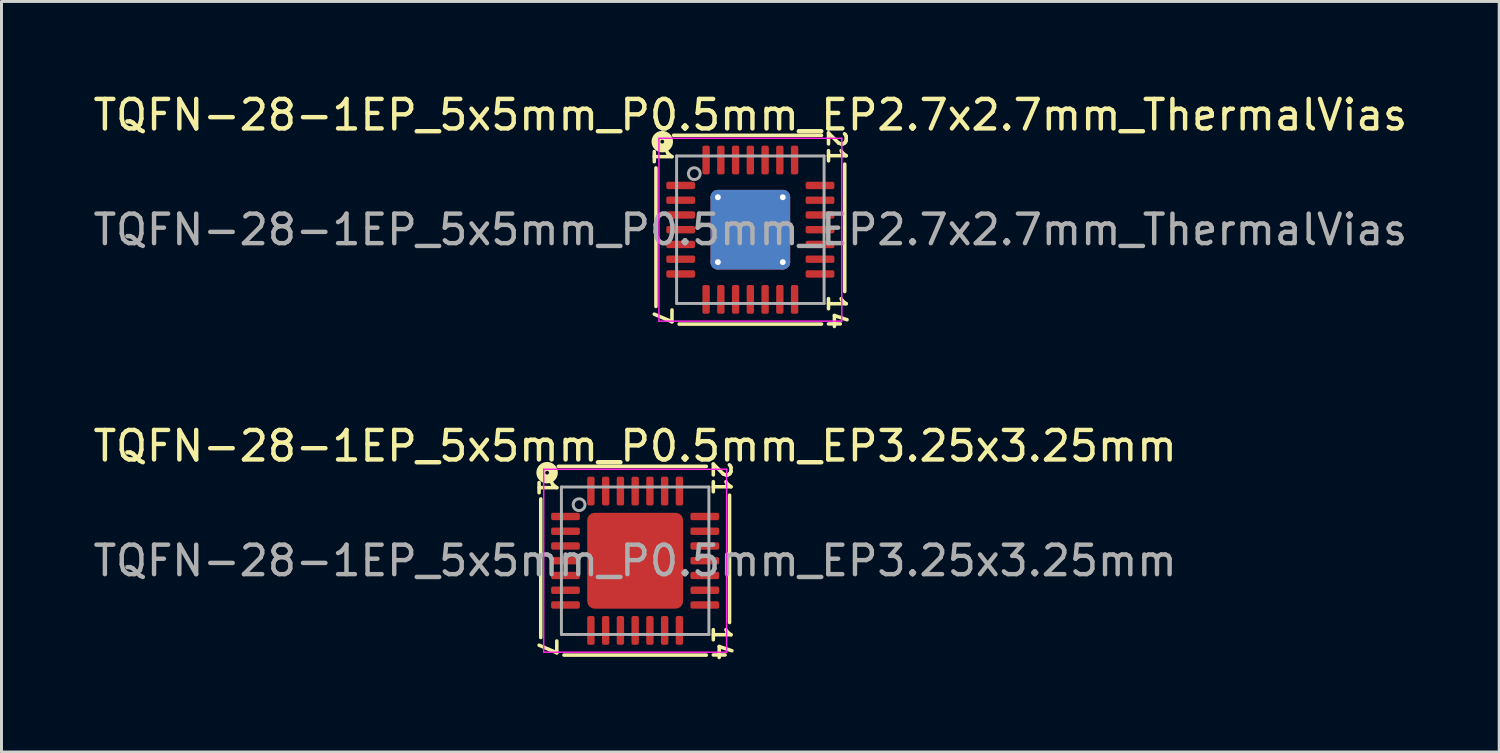
<source format=kicad_pcb>
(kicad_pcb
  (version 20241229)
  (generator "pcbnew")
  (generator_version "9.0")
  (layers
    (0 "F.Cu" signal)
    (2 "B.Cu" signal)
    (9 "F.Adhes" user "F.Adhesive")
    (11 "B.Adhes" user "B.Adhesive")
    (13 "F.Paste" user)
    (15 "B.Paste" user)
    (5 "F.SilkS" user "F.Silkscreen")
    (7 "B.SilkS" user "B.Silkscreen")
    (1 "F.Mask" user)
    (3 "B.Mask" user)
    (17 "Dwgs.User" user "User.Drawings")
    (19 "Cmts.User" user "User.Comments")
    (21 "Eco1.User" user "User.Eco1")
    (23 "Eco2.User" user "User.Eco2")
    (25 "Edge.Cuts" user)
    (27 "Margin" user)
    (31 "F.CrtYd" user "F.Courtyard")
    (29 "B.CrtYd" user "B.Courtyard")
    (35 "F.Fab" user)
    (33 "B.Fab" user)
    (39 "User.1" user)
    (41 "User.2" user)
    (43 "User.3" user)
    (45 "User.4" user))
  (footprint "TQFN-28-1EP_5x5mm_P0.5mm_EP3.25x3.25mm"
    (layer "F.Cu")
    (at 18.482 15.959)
    (property "Reference" "TQFN-28-1EP_5x5mm_P0.5mm_EP3.25x3.25mm" (at 0 -3.889 0) (layer "F.SilkS") (effects (font (size 1 1) (thickness 0.15))))
    (attr smd)
    (fp_line (start -3.2 -2.095) (end -3.2 2.603) (stroke (width 0.12) (type solid)) (layer "F.SilkS"))
    (fp_line (start -2.413 3.2) (end 2.413 3.2) (stroke (width 0.12) (type solid)) (layer "F.SilkS"))
    (fp_line (start 2.413 -3.2) (end -2.603 -3.2) (stroke (width 0.12) (type solid)) (layer "F.SilkS"))
    (fp_line (start 3.2 2.095) (end 3.2 -2.223) (stroke (width 0.12) (type solid)) (layer "F.SilkS"))
    (fp_circle (center -2.985 -2.985) (end -2.921 -2.985) (stroke (width 0.3) (type solid)) (fill no) (layer "F.SilkS"))
    (fp_line (start -3.1 -3.1) (end -3.1 3.1) (stroke (width 0.05) (type solid)) (layer "F.CrtYd"))
    (fp_line (start -3.1 3.1) (end 3.1 3.1) (stroke (width 0.05) (type solid)) (layer "F.CrtYd"))
    (fp_line (start 3.1 -3.1) (end -3.1 -3.1) (stroke (width 0.05) (type solid)) (layer "F.CrtYd"))
    (fp_line (start 3.1 3.1) (end 3.1 -3.1) (stroke (width 0.05) (type solid)) (layer "F.CrtYd"))
    (fp_line (start -2.5 -2.5) (end 2.5 -2.5) (stroke (width 0.1) (type solid)) (layer "F.Fab"))
    (fp_line (start -2.5 2.5) (end -2.5 -2.5) (stroke (width 0.1) (type solid)) (layer "F.Fab"))
    (fp_line (start 2.5 -2.5) (end 2.5 2.5) (stroke (width 0.1) (type solid)) (layer "F.Fab"))
    (fp_line (start 2.5 2.5) (end -2.5 2.5) (stroke (width 0.1) (type solid)) (layer "F.Fab"))
    (fp_circle (center -1.9 -1.9) (end -1.7 -1.9) (stroke (width 0.1) (type solid)) (fill no) (layer "F.Fab"))
    (fp_text user "7" (at -2.985 2.921 270) (unlocked yes) (layer "F.SilkS") (effects (font (size 0.6 0.6) (thickness 0.12))))
    (fp_text user "14" (at 2.921 2.794 270) (unlocked yes) (layer "F.SilkS") (effects (font (size 0.6 0.6) (thickness 0.12))))
    (fp_text user "21" (at 2.921 -2.794 270) (unlocked yes) (layer "F.SilkS") (effects (font (size 0.6 0.6) (thickness 0.12))))
    (fp_text user "1" (at -2.985 -2.477 270) (unlocked yes) (layer "F.SilkS") (effects (font (size 0.6 0.6) (thickness 0.12))))
    (fp_text user "${REFERENCE}" (at 0 0 0) (layer "F.Fab") (effects (font (size 1 1) (thickness 0.15))))
    (pad "" smd roundrect (at -0.81 -0.81) (size 1.31 1.31) (layers "F.Paste") (roundrect_rratio 0.191))
    (pad "" smd roundrect (at -0.81 0.81) (size 1.31 1.31) (layers "F.Paste") (roundrect_rratio 0.191))
    (pad "" smd roundrect (at 0.81 -0.81) (size 1.31 1.31) (layers "F.Paste") (roundrect_rratio 0.191))
    (pad "" smd roundrect (at 0.81 0.81) (size 1.31 1.31) (layers "F.Paste") (roundrect_rratio 0.191))
    (pad "1" smd roundrect (at -2.362 -1.5) (size 0.975 0.25) (layers "F.Cu" "F.Mask" "F.Paste") (roundrect_rratio 0.25))
    (pad "2" smd roundrect (at -2.362 -1) (size 0.975 0.25) (layers "F.Cu" "F.Mask" "F.Paste") (roundrect_rratio 0.25))
    (pad "3" smd roundrect (at -2.362 -0.5) (size 0.975 0.25) (layers "F.Cu" "F.Mask" "F.Paste") (roundrect_rratio 0.25))
    (pad "4" smd roundrect (at -2.362 0) (size 0.975 0.25) (layers "F.Cu" "F.Mask" "F.Paste") (roundrect_rratio 0.25))
    (pad "5" smd roundrect (at -2.362 0.5) (size 0.975 0.25) (layers "F.Cu" "F.Mask" "F.Paste") (roundrect_rratio 0.25))
    (pad "6" smd roundrect (at -2.362 1) (size 0.975 0.25) (layers "F.Cu" "F.Mask" "F.Paste") (roundrect_rratio 0.25))
    (pad "7" smd roundrect (at -2.362 1.5) (size 0.975 0.25) (layers "F.Cu" "F.Mask" "F.Paste") (roundrect_rratio 0.25))
    (pad "8" smd roundrect (at -1.5 2.362) (size 0.25 0.975) (layers "F.Cu" "F.Mask" "F.Paste") (roundrect_rratio 0.25))
    (pad "9" smd roundrect (at -1 2.362) (size 0.25 0.975) (layers "F.Cu" "F.Mask" "F.Paste") (roundrect_rratio 0.25))
    (pad "10" smd roundrect (at -0.5 2.362) (size 0.25 0.975) (layers "F.Cu" "F.Mask" "F.Paste") (roundrect_rratio 0.25))
    (pad "11" smd roundrect (at 0 2.362) (size 0.25 0.975) (layers "F.Cu" "F.Mask" "F.Paste") (roundrect_rratio 0.25))
    (pad "12" smd roundrect (at 0.5 2.362) (size 0.25 0.975) (layers "F.Cu" "F.Mask" "F.Paste") (roundrect_rratio 0.25))
    (pad "13" smd roundrect (at 1 2.362) (size 0.25 0.975) (layers "F.Cu" "F.Mask" "F.Paste") (roundrect_rratio 0.25))
    (pad "14" smd roundrect (at 1.5 2.362) (size 0.25 0.975) (layers "F.Cu" "F.Mask" "F.Paste") (roundrect_rratio 0.25))
    (pad "15" smd roundrect (at 2.362 1.5) (size 0.975 0.25) (layers "F.Cu" "F.Mask" "F.Paste") (roundrect_rratio 0.25))
    (pad "16" smd roundrect (at 2.362 1) (size 0.975 0.25) (layers "F.Cu" "F.Mask" "F.Paste") (roundrect_rratio 0.25))
    (pad "17" smd roundrect (at 2.362 0.5) (size 0.975 0.25) (layers "F.Cu" "F.Mask" "F.Paste") (roundrect_rratio 0.25))
    (pad "18" smd roundrect (at 2.362 0) (size 0.975 0.25) (layers "F.Cu" "F.Mask" "F.Paste") (roundrect_rratio 0.25))
    (pad "19" smd roundrect (at 2.362 -0.5) (size 0.975 0.25) (layers "F.Cu" "F.Mask" "F.Paste") (roundrect_rratio 0.25))
    (pad "20" smd roundrect (at 2.362 -1) (size 0.975 0.25) (layers "F.Cu" "F.Mask" "F.Paste") (roundrect_rratio 0.25))
    (pad "21" smd roundrect (at 2.362 -1.5) (size 0.975 0.25) (layers "F.Cu" "F.Mask" "F.Paste") (roundrect_rratio 0.25))
    (pad "22" smd roundrect (at 1.5 -2.362) (size 0.25 0.975) (layers "F.Cu" "F.Mask" "F.Paste") (roundrect_rratio 0.25))
    (pad "23" smd roundrect (at 1 -2.362) (size 0.25 0.975) (layers "F.Cu" "F.Mask" "F.Paste") (roundrect_rratio 0.25))
    (pad "24" smd roundrect (at 0.5 -2.362) (size 0.25 0.975) (layers "F.Cu" "F.Mask" "F.Paste") (roundrect_rratio 0.25))
    (pad "25" smd roundrect (at 0 -2.362) (size 0.25 0.975) (layers "F.Cu" "F.Mask" "F.Paste") (roundrect_rratio 0.25))
    (pad "26" smd roundrect (at -0.5 -2.362) (size 0.25 0.975) (layers "F.Cu" "F.Mask" "F.Paste") (roundrect_rratio 0.25))
    (pad "27" smd roundrect (at -1 -2.362) (size 0.25 0.975) (layers "F.Cu" "F.Mask" "F.Paste") (roundrect_rratio 0.25))
    (pad "28" smd roundrect (at -1.5 -2.362) (size 0.25 0.975) (layers "F.Cu" "F.Mask" "F.Paste") (roundrect_rratio 0.25))
    (pad "29" smd roundrect (at 0 0) (size 3.25 3.25) (layers "F.Cu" "F.Mask") (roundrect_rratio 0.077)))
  (footprint "TQFN-28-1EP_5x5mm_P0.5mm_EP2.7x2.7mm_ThermalVias"
    (layer "F.Cu")
    (at 22.387 4.737)
    (property "Reference" "TQFN-28-1EP_5x5mm_P0.5mm_EP2.7x2.7mm_ThermalVias" (at 0 -3.889 0) (layer "F.SilkS") (effects (font (size 1 1) (thickness 0.15))))
    (attr smd)
    (fp_line (start -3.2 -2.095) (end -3.2 2.603) (stroke (width 0.12) (type solid)) (layer "F.SilkS"))
    (fp_line (start -2.413 3.2) (end 2.413 3.2) (stroke (width 0.12) (type solid)) (layer "F.SilkS"))
    (fp_line (start 2.413 -3.2) (end -2.603 -3.2) (stroke (width 0.12) (type solid)) (layer "F.SilkS"))
    (fp_line (start 3.2 2.095) (end 3.2 -2.223) (stroke (width 0.12) (type solid)) (layer "F.SilkS"))
    (fp_circle (center -2.985 -2.985) (end -2.921 -2.985) (stroke (width 0.3) (type solid)) (fill no) (layer "F.SilkS"))
    (fp_line (start -3.1 -3.1) (end -3.1 3.1) (stroke (width 0.05) (type solid)) (layer "F.CrtYd"))
    (fp_line (start -3.1 3.1) (end 3.1 3.1) (stroke (width 0.05) (type solid)) (layer "F.CrtYd"))
    (fp_line (start 3.1 -3.1) (end -3.1 -3.1) (stroke (width 0.05) (type solid)) (layer "F.CrtYd"))
    (fp_line (start 3.1 3.1) (end 3.1 -3.1) (stroke (width 0.05) (type solid)) (layer "F.CrtYd"))
    (fp_line (start -2.5 -2.5) (end 2.5 -2.5) (stroke (width 0.1) (type solid)) (layer "F.Fab"))
    (fp_line (start -2.5 2.5) (end -2.5 -2.5) (stroke (width 0.1) (type solid)) (layer "F.Fab"))
    (fp_line (start 2.5 -2.5) (end 2.5 2.5) (stroke (width 0.1) (type solid)) (layer "F.Fab"))
    (fp_line (start 2.5 2.5) (end -2.5 2.5) (stroke (width 0.1) (type solid)) (layer "F.Fab"))
    (fp_circle (center -1.9 -1.9) (end -1.7 -1.9) (stroke (width 0.1) (type solid)) (fill no) (layer "F.Fab"))
    (fp_text user "14" (at 2.921 2.794 270) (unlocked yes) (layer "F.SilkS") (effects (font (size 0.6 0.6) (thickness 0.12))))
    (fp_text user "7" (at -2.985 2.921 270) (unlocked yes) (layer "F.SilkS") (effects (font (size 0.6 0.6) (thickness 0.12))))
    (fp_text user "1" (at -2.985 -2.477 270) (unlocked yes) (layer "F.SilkS") (effects (font (size 0.6 0.6) (thickness 0.12))))
    (fp_text user "21" (at 2.921 -2.794 270) (unlocked yes) (layer "F.SilkS") (effects (font (size 0.6 0.6) (thickness 0.12))))
    (fp_text user "${REFERENCE}" (at 0 0 0) (layer "F.Fab") (effects (font (size 1 1) (thickness 0.15))))
    (pad "" smd roundrect (at -0.675 -0.675) (size 1.17 1.17) (layers "F.Paste") (roundrect_rratio 0.214))
    (pad "" smd roundrect (at -0.675 0.675) (size 1.17 1.17) (layers "F.Paste") (roundrect_rratio 0.214))
    (pad "" smd roundrect (at 0.675 -0.675) (size 1.17 1.17) (layers "F.Paste") (roundrect_rratio 0.214))
    (pad "" smd roundrect (at 0.675 0.675) (size 1.17 1.17) (layers "F.Paste") (roundrect_rratio 0.214))
    (pad "1" smd roundrect (at -2.362 -1.5) (size 0.975 0.25) (layers "F.Cu" "F.Mask" "F.Paste") (roundrect_rratio 0.25))
    (pad "2" smd roundrect (at -2.362 -1) (size 0.975 0.25) (layers "F.Cu" "F.Mask" "F.Paste") (roundrect_rratio 0.25))
    (pad "3" smd roundrect (at -2.362 -0.5) (size 0.975 0.25) (layers "F.Cu" "F.Mask" "F.Paste") (roundrect_rratio 0.25))
    (pad "4" smd roundrect (at -2.362 0) (size 0.975 0.25) (layers "F.Cu" "F.Mask" "F.Paste") (roundrect_rratio 0.25))
    (pad "5" smd roundrect (at -2.362 0.5) (size 0.975 0.25) (layers "F.Cu" "F.Mask" "F.Paste") (roundrect_rratio 0.25))
    (pad "6" smd roundrect (at -2.362 1) (size 0.975 0.25) (layers "F.Cu" "F.Mask" "F.Paste") (roundrect_rratio 0.25))
    (pad "7" smd roundrect (at -2.362 1.5) (size 0.975 0.25) (layers "F.Cu" "F.Mask" "F.Paste") (roundrect_rratio 0.25))
    (pad "8" smd roundrect (at -1.5 2.362) (size 0.25 0.975) (layers "F.Cu" "F.Mask" "F.Paste") (roundrect_rratio 0.25))
    (pad "9" smd roundrect (at -1 2.362) (size 0.25 0.975) (layers "F.Cu" "F.Mask" "F.Paste") (roundrect_rratio 0.25))
    (pad "10" smd roundrect (at -0.5 2.362) (size 0.25 0.975) (layers "F.Cu" "F.Mask" "F.Paste") (roundrect_rratio 0.25))
    (pad "11" smd roundrect (at 0 2.362) (size 0.25 0.975) (layers "F.Cu" "F.Mask" "F.Paste") (roundrect_rratio 0.25))
    (pad "12" smd roundrect (at 0.5 2.362) (size 0.25 0.975) (layers "F.Cu" "F.Mask" "F.Paste") (roundrect_rratio 0.25))
    (pad "13" smd roundrect (at 1 2.362) (size 0.25 0.975) (layers "F.Cu" "F.Mask" "F.Paste") (roundrect_rratio 0.25))
    (pad "14" smd roundrect (at 1.5 2.362) (size 0.25 0.975) (layers "F.Cu" "F.Mask" "F.Paste") (roundrect_rratio 0.25))
    (pad "15" smd roundrect (at 2.362 1.5) (size 0.975 0.25) (layers "F.Cu" "F.Mask" "F.Paste") (roundrect_rratio 0.25))
    (pad "16" smd roundrect (at 2.362 1) (size 0.975 0.25) (layers "F.Cu" "F.Mask" "F.Paste") (roundrect_rratio 0.25))
    (pad "17" smd roundrect (at 2.362 0.5) (size 0.975 0.25) (layers "F.Cu" "F.Mask" "F.Paste") (roundrect_rratio 0.25))
    (pad "18" smd roundrect (at 2.362 0) (size 0.975 0.25) (layers "F.Cu" "F.Mask" "F.Paste") (roundrect_rratio 0.25))
    (pad "19" smd roundrect (at 2.362 -0.5) (size 0.975 0.25) (layers "F.Cu" "F.Mask" "F.Paste") (roundrect_rratio 0.25))
    (pad "20" smd roundrect (at 2.362 -1) (size 0.975 0.25) (layers "F.Cu" "F.Mask" "F.Paste") (roundrect_rratio 0.25))
    (pad "21" smd roundrect (at 2.362 -1.5) (size 0.975 0.25) (layers "F.Cu" "F.Mask" "F.Paste") (roundrect_rratio 0.25))
    (pad "22" smd roundrect (at 1.5 -2.362) (size 0.25 0.975) (layers "F.Cu" "F.Mask" "F.Paste") (roundrect_rratio 0.25))
    (pad "23" smd roundrect (at 1 -2.362) (size 0.25 0.975) (layers "F.Cu" "F.Mask" "F.Paste") (roundrect_rratio 0.25))
    (pad "24" smd roundrect (at 0.5 -2.362) (size 0.25 0.975) (layers "F.Cu" "F.Mask" "F.Paste") (roundrect_rratio 0.25))
    (pad "25" smd roundrect (at 0 -2.362) (size 0.25 0.975) (layers "F.Cu" "F.Mask" "F.Paste") (roundrect_rratio 0.25))
    (pad "26" smd roundrect (at -0.5 -2.362) (size 0.25 0.975) (layers "F.Cu" "F.Mask" "F.Paste") (roundrect_rratio 0.25))
    (pad "27" smd roundrect (at -1 -2.362) (size 0.25 0.975) (layers "F.Cu" "F.Mask" "F.Paste") (roundrect_rratio 0.25))
    (pad "28" smd roundrect (at -1.5 -2.362) (size 0.25 0.975) (layers "F.Cu" "F.Mask" "F.Paste") (roundrect_rratio 0.25))
    (pad "29" thru_hole circle (at -1.1 -1.1) (size 0.5 0.5) (drill 0.2) (property pad_prop_heatsink) (layers "*.Cu"))
    (pad "29" thru_hole circle (at -1.1 1.1) (size 0.5 0.5) (drill 0.2) (property pad_prop_heatsink) (layers "*.Cu"))
    (pad "29" smd roundrect (at 0 0) (size 2.7 2.7) (layers "F.Cu" "F.Mask") (roundrect_rratio 0.093))
    (pad "29" smd roundrect (at 0 0) (size 2.7 2.7) (layers "B.Cu" "B.Mask") (roundrect_rratio 0.093))
    (pad "29" thru_hole circle (at 1.1 -1.1) (size 0.5 0.5) (drill 0.2) (property pad_prop_heatsink) (layers "*.Cu"))
    (pad "29" thru_hole circle (at 1.1 1.1) (size 0.5 0.5) (drill 0.2) (property pad_prop_heatsink) (layers "*.Cu")))
  (gr_rect
    (start -3 -3)
    (end 47.774 22.444)
    (stroke (width 0.1) (type default))
    (fill no)
    (layer "Edge.Cuts")))
</source>
